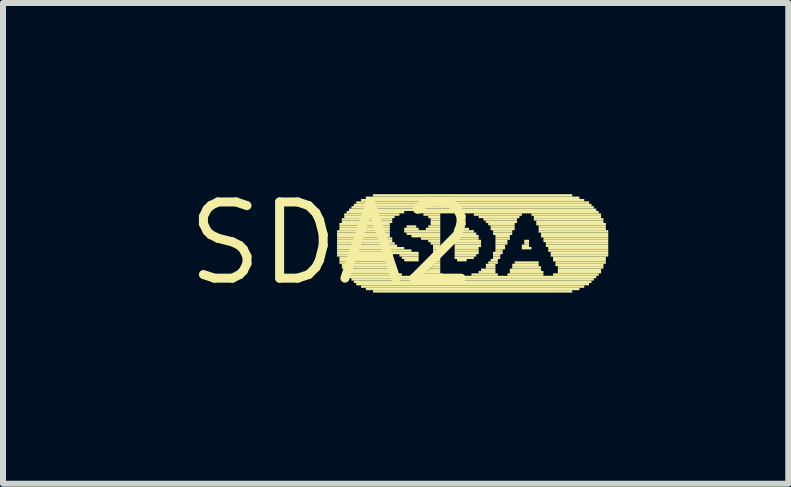
<source format=kicad_pcb>
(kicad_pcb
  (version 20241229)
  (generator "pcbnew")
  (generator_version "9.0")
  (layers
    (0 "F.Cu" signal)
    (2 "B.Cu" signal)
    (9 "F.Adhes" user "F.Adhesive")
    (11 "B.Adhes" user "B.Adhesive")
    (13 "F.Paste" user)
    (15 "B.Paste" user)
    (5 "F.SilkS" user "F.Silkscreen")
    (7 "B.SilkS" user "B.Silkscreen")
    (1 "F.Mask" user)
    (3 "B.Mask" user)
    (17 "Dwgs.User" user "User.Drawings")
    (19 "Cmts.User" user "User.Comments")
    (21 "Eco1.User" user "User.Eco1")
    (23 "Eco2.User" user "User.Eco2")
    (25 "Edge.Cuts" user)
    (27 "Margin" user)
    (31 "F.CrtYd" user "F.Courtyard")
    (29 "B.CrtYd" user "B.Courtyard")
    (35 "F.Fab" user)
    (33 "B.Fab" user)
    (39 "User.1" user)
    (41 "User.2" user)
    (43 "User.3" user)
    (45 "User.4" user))
  (footprint "SDA2"
    (layer "F.Cu")
    (at 2.487 1.006)
    (property "Reference" "SDA2" (at 0 0 0) (layer "F.SilkS") (effects (font (size 1.27 1.27) (thickness 0.15))))
    (fp_poly (pts (xy 0.08 -0.18) (xy 0.96 -0.18) (xy 0.96 -0.22) (xy 0.08 -0.22)) (stroke (width 0) (type default)) (fill yes) (layer "F.SilkS"))
    (fp_poly (pts (xy 0.08 -0.14) (xy 0.96 -0.14) (xy 0.96 -0.18) (xy 0.08 -0.18)) (stroke (width 0) (type default)) (fill yes) (layer "F.SilkS"))
    (fp_poly (pts (xy 0.08 -0.1) (xy 0.96 -0.1) (xy 0.96 -0.14) (xy 0.08 -0.14)) (stroke (width 0) (type default)) (fill yes) (layer "F.SilkS"))
    (fp_poly (pts (xy 0.08 -0.06) (xy 1 -0.06) (xy 1 -0.1) (xy 0.08 -0.1)) (stroke (width 0) (type default)) (fill yes) (layer "F.SilkS"))
    (fp_poly (pts (xy 0.08 -0.02) (xy 1 -0.02) (xy 1 -0.06) (xy 0.08 -0.06)) (stroke (width 0) (type default)) (fill yes) (layer "F.SilkS"))
    (fp_poly (pts (xy 0.08 0.02) (xy 1.04 0.02) (xy 1.04 -0.02) (xy 0.08 -0.02)) (stroke (width 0) (type default)) (fill yes) (layer "F.SilkS"))
    (fp_poly (pts (xy 0.08 0.06) (xy 1.08 0.06) (xy 1.08 0.02) (xy 0.08 0.02)) (stroke (width 0) (type default)) (fill yes) (layer "F.SilkS"))
    (fp_poly (pts (xy 0.08 0.1) (xy 1.2 0.1) (xy 1.2 0.06) (xy 0.08 0.06)) (stroke (width 0) (type default)) (fill yes) (layer "F.SilkS"))
    (fp_poly (pts (xy 0.08 0.14) (xy 1.32 0.14) (xy 1.32 0.1) (xy 0.08 0.1)) (stroke (width 0) (type default)) (fill yes) (layer "F.SilkS"))
    (fp_poly (pts (xy 0.08 0.18) (xy 1.44 0.18) (xy 1.44 0.14) (xy 0.08 0.14)) (stroke (width 0) (type default)) (fill yes) (layer "F.SilkS"))
    (fp_poly (pts (xy 0.08 0.22) (xy 1 0.22) (xy 1 0.18) (xy 0.08 0.18)) (stroke (width 0) (type default)) (fill yes) (layer "F.SilkS"))
    (fp_poly (pts (xy 0.12 -0.3) (xy 0.96 -0.3) (xy 0.96 -0.34) (xy 0.12 -0.34)) (stroke (width 0) (type default)) (fill yes) (layer "F.SilkS"))
    (fp_poly (pts (xy 0.12 -0.26) (xy 0.96 -0.26) (xy 0.96 -0.3) (xy 0.12 -0.3)) (stroke (width 0) (type default)) (fill yes) (layer "F.SilkS"))
    (fp_poly (pts (xy 0.12 -0.22) (xy 0.96 -0.22) (xy 0.96 -0.26) (xy 0.12 -0.26)) (stroke (width 0) (type default)) (fill yes) (layer "F.SilkS"))
    (fp_poly (pts (xy 0.12 0.26) (xy 0.96 0.26) (xy 0.96 0.22) (xy 0.12 0.22)) (stroke (width 0) (type default)) (fill yes) (layer "F.SilkS"))
    (fp_poly (pts (xy 0.12 0.3) (xy 0.96 0.3) (xy 0.96 0.26) (xy 0.12 0.26)) (stroke (width 0) (type default)) (fill yes) (layer "F.SilkS"))
    (fp_poly (pts (xy 0.12 0.34) (xy 0.96 0.34) (xy 0.96 0.3) (xy 0.12 0.3)) (stroke (width 0) (type default)) (fill yes) (layer "F.SilkS"))
    (fp_poly (pts (xy 0.16 -0.38) (xy 1 -0.38) (xy 1 -0.42) (xy 0.16 -0.42)) (stroke (width 0) (type default)) (fill yes) (layer "F.SilkS"))
    (fp_poly (pts (xy 0.16 -0.34) (xy 1 -0.34) (xy 1 -0.38) (xy 0.16 -0.38)) (stroke (width 0) (type default)) (fill yes) (layer "F.SilkS"))
    (fp_poly (pts (xy 0.16 0.38) (xy 0.96 0.38) (xy 0.96 0.34) (xy 0.16 0.34)) (stroke (width 0) (type default)) (fill yes) (layer "F.SilkS"))
    (fp_poly (pts (xy 0.16 0.42) (xy 1 0.42) (xy 1 0.38) (xy 0.16 0.38)) (stroke (width 0) (type default)) (fill yes) (layer "F.SilkS"))
    (fp_poly (pts (xy 0.2 -0.46) (xy 1.12 -0.46) (xy 1.12 -0.5) (xy 0.2 -0.5)) (stroke (width 0) (type default)) (fill yes) (layer "F.SilkS"))
    (fp_poly (pts (xy 0.2 -0.42) (xy 1.04 -0.42) (xy 1.04 -0.46) (xy 0.2 -0.46)) (stroke (width 0) (type default)) (fill yes) (layer "F.SilkS"))
    (fp_poly (pts (xy 0.2 0.46) (xy 1 0.46) (xy 1 0.42) (xy 0.2 0.42)) (stroke (width 0) (type default)) (fill yes) (layer "F.SilkS"))
    (fp_poly (pts (xy 0.2 0.5) (xy 1.08 0.5) (xy 1.08 0.46) (xy 0.2 0.46)) (stroke (width 0) (type default)) (fill yes) (layer "F.SilkS"))
    (fp_poly (pts (xy 0.24 -0.5) (xy 1.2 -0.5) (xy 1.2 -0.54) (xy 0.24 -0.54)) (stroke (width 0) (type default)) (fill yes) (layer "F.SilkS"))
    (fp_poly (pts (xy 0.24 0.54) (xy 1.16 0.54) (xy 1.16 0.5) (xy 0.24 0.5)) (stroke (width 0) (type default)) (fill yes) (layer "F.SilkS"))
    (fp_poly (pts (xy 0.28 -0.54) (xy 4.4 -0.54) (xy 4.4 -0.58) (xy 0.28 -0.58)) (stroke (width 0) (type default)) (fill yes) (layer "F.SilkS"))
    (fp_poly (pts (xy 0.28 0.58) (xy 4.4 0.58) (xy 4.4 0.54) (xy 0.28 0.54)) (stroke (width 0) (type default)) (fill yes) (layer "F.SilkS"))
    (fp_poly (pts (xy 0.32 -0.58) (xy 4.36 -0.58) (xy 4.36 -0.62) (xy 0.32 -0.62)) (stroke (width 0) (type default)) (fill yes) (layer "F.SilkS"))
    (fp_poly (pts (xy 0.32 0.62) (xy 4.36 0.62) (xy 4.36 0.58) (xy 0.32 0.58)) (stroke (width 0) (type default)) (fill yes) (layer "F.SilkS"))
    (fp_poly (pts (xy 0.36 -0.62) (xy 4.32 -0.62) (xy 4.32 -0.66) (xy 0.36 -0.66)) (stroke (width 0) (type default)) (fill yes) (layer "F.SilkS"))
    (fp_poly (pts (xy 0.36 0.66) (xy 4.32 0.66) (xy 4.32 0.62) (xy 0.36 0.62)) (stroke (width 0) (type default)) (fill yes) (layer "F.SilkS"))
    (fp_poly (pts (xy 0.4 -0.66) (xy 4.28 -0.66) (xy 4.28 -0.7) (xy 0.4 -0.7)) (stroke (width 0) (type default)) (fill yes) (layer "F.SilkS"))
    (fp_poly (pts (xy 0.4 0.7) (xy 4.28 0.7) (xy 4.28 0.66) (xy 0.4 0.66)) (stroke (width 0) (type default)) (fill yes) (layer "F.SilkS"))
    (fp_poly (pts (xy 0.48 -0.7) (xy 4.2 -0.7) (xy 4.2 -0.74) (xy 0.48 -0.74)) (stroke (width 0) (type default)) (fill yes) (layer "F.SilkS"))
    (fp_poly (pts (xy 0.48 0.74) (xy 4.2 0.74) (xy 4.2 0.7) (xy 0.48 0.7)) (stroke (width 0) (type default)) (fill yes) (layer "F.SilkS"))
    (fp_poly (pts (xy 0.56 -0.74) (xy 4.12 -0.74) (xy 4.12 -0.78) (xy 0.56 -0.78)) (stroke (width 0) (type default)) (fill yes) (layer "F.SilkS"))
    (fp_poly (pts (xy 0.56 0.78) (xy 4.12 0.78) (xy 4.12 0.74) (xy 0.56 0.74)) (stroke (width 0) (type default)) (fill yes) (layer "F.SilkS"))
    (fp_poly (pts (xy 0.68 -0.78) (xy 4 -0.78) (xy 4 -0.82) (xy 0.68 -0.82)) (stroke (width 0) (type default)) (fill yes) (layer "F.SilkS"))
    (fp_poly (pts (xy 0.68 0.82) (xy 4 0.82) (xy 4 0.78) (xy 0.68 0.78)) (stroke (width 0) (type default)) (fill yes) (layer "F.SilkS"))
    (fp_poly (pts (xy 1.12 0.22) (xy 1.44 0.22) (xy 1.44 0.18) (xy 1.12 0.18)) (stroke (width 0) (type default)) (fill yes) (layer "F.SilkS"))
    (fp_poly (pts (xy 1.16 0.26) (xy 1.44 0.26) (xy 1.44 0.22) (xy 1.16 0.22)) (stroke (width 0) (type default)) (fill yes) (layer "F.SilkS"))
    (fp_poly (pts (xy 1.2 -0.22) (xy 1.44 -0.22) (xy 1.44 -0.26) (xy 1.2 -0.26)) (stroke (width 0) (type default)) (fill yes) (layer "F.SilkS"))
    (fp_poly (pts (xy 1.2 -0.18) (xy 1.8 -0.18) (xy 1.8 -0.22) (xy 1.2 -0.22)) (stroke (width 0) (type default)) (fill yes) (layer "F.SilkS"))
    (fp_poly (pts (xy 1.2 0.3) (xy 1.44 0.3) (xy 1.44 0.26) (xy 1.2 0.26)) (stroke (width 0) (type default)) (fill yes) (layer "F.SilkS"))
    (fp_poly (pts (xy 1.24 -0.26) (xy 1.4 -0.26) (xy 1.4 -0.3) (xy 1.24 -0.3)) (stroke (width 0) (type default)) (fill yes) (layer "F.SilkS"))
    (fp_poly (pts (xy 1.24 -0.14) (xy 1.8 -0.14) (xy 1.8 -0.18) (xy 1.24 -0.18)) (stroke (width 0) (type default)) (fill yes) (layer "F.SilkS"))
    (fp_poly (pts (xy 1.32 -0.1) (xy 1.8 -0.1) (xy 1.8 -0.14) (xy 1.32 -0.14)) (stroke (width 0) (type default)) (fill yes) (layer "F.SilkS"))
    (fp_poly (pts (xy 1.4 -0.5) (xy 4.44 -0.5) (xy 4.44 -0.54) (xy 1.4 -0.54)) (stroke (width 0) (type default)) (fill yes) (layer "F.SilkS"))
    (fp_poly (pts (xy 1.48 -0.06) (xy 1.8 -0.06) (xy 1.8 -0.1) (xy 1.48 -0.1)) (stroke (width 0) (type default)) (fill yes) (layer "F.SilkS"))
    (fp_poly (pts (xy 1.48 0.54) (xy 1.84 0.54) (xy 1.84 0.5) (xy 1.48 0.5)) (stroke (width 0) (type default)) (fill yes) (layer "F.SilkS"))
    (fp_poly (pts (xy 1.52 -0.46) (xy 1.8 -0.46) (xy 1.8 -0.5) (xy 1.52 -0.5)) (stroke (width 0) (type default)) (fill yes) (layer "F.SilkS"))
    (fp_poly (pts (xy 1.56 -0.22) (xy 1.8 -0.22) (xy 1.8 -0.26) (xy 1.56 -0.26)) (stroke (width 0) (type default)) (fill yes) (layer "F.SilkS"))
    (fp_poly (pts (xy 1.56 0.5) (xy 1.8 0.5) (xy 1.8 0.46) (xy 1.56 0.46)) (stroke (width 0) (type default)) (fill yes) (layer "F.SilkS"))
    (fp_poly (pts (xy 1.6 -0.42) (xy 1.8 -0.42) (xy 1.8 -0.46) (xy 1.6 -0.46)) (stroke (width 0) (type default)) (fill yes) (layer "F.SilkS"))
    (fp_poly (pts (xy 1.6 -0.26) (xy 1.8 -0.26) (xy 1.8 -0.3) (xy 1.6 -0.3)) (stroke (width 0) (type default)) (fill yes) (layer "F.SilkS"))
    (fp_poly (pts (xy 1.6 -0.02) (xy 1.8 -0.02) (xy 1.8 -0.06) (xy 1.6 -0.06)) (stroke (width 0) (type default)) (fill yes) (layer "F.SilkS"))
    (fp_poly (pts (xy 1.6 0.46) (xy 1.8 0.46) (xy 1.8 0.42) (xy 1.6 0.42)) (stroke (width 0) (type default)) (fill yes) (layer "F.SilkS"))
    (fp_poly (pts (xy 1.64 -0.38) (xy 1.8 -0.38) (xy 1.8 -0.42) (xy 1.64 -0.42)) (stroke (width 0) (type default)) (fill yes) (layer "F.SilkS"))
    (fp_poly (pts (xy 1.64 -0.34) (xy 1.8 -0.34) (xy 1.8 -0.38) (xy 1.64 -0.38)) (stroke (width 0) (type default)) (fill yes) (layer "F.SilkS"))
    (fp_poly (pts (xy 1.64 -0.3) (xy 1.8 -0.3) (xy 1.8 -0.34) (xy 1.64 -0.34)) (stroke (width 0) (type default)) (fill yes) (layer "F.SilkS"))
    (fp_poly (pts (xy 1.64 0.02) (xy 1.8 0.02) (xy 1.8 -0.02) (xy 1.64 -0.02)) (stroke (width 0) (type default)) (fill yes) (layer "F.SilkS"))
    (fp_poly (pts (xy 1.64 0.42) (xy 1.8 0.42) (xy 1.8 0.38) (xy 1.64 0.38)) (stroke (width 0) (type default)) (fill yes) (layer "F.SilkS"))
    (fp_poly (pts (xy 1.68 0.06) (xy 1.8 0.06) (xy 1.8 0.02) (xy 1.68 0.02)) (stroke (width 0) (type default)) (fill yes) (layer "F.SilkS"))
    (fp_poly (pts (xy 1.68 0.1) (xy 1.8 0.1) (xy 1.8 0.06) (xy 1.68 0.06)) (stroke (width 0) (type default)) (fill yes) (layer "F.SilkS"))
    (fp_poly (pts (xy 1.68 0.14) (xy 1.8 0.14) (xy 1.8 0.1) (xy 1.68 0.1)) (stroke (width 0) (type default)) (fill yes) (layer "F.SilkS"))
    (fp_poly (pts (xy 1.68 0.18) (xy 1.8 0.18) (xy 1.8 0.14) (xy 1.68 0.14)) (stroke (width 0) (type default)) (fill yes) (layer "F.SilkS"))
    (fp_poly (pts (xy 1.68 0.26) (xy 1.8 0.26) (xy 1.8 0.22) (xy 1.68 0.22)) (stroke (width 0) (type default)) (fill yes) (layer "F.SilkS"))
    (fp_poly (pts (xy 1.68 0.3) (xy 1.8 0.3) (xy 1.8 0.26) (xy 1.68 0.26)) (stroke (width 0) (type default)) (fill yes) (layer "F.SilkS"))
    (fp_poly (pts (xy 1.68 0.34) (xy 1.8 0.34) (xy 1.8 0.3) (xy 1.68 0.3)) (stroke (width 0) (type default)) (fill yes) (layer "F.SilkS"))
    (fp_poly (pts (xy 1.68 0.38) (xy 1.8 0.38) (xy 1.8 0.34) (xy 1.68 0.34)) (stroke (width 0) (type default)) (fill yes) (layer "F.SilkS"))
    (fp_poly (pts (xy 1.72 0.22) (xy 1.8 0.22) (xy 1.8 0.18) (xy 1.72 0.18)) (stroke (width 0) (type default)) (fill yes) (layer "F.SilkS"))
    (fp_poly (pts (xy 2.04 -0.22) (xy 2.28 -0.22) (xy 2.28 -0.26) (xy 2.04 -0.26)) (stroke (width 0) (type default)) (fill yes) (layer "F.SilkS"))
    (fp_poly (pts (xy 2.04 -0.18) (xy 2.36 -0.18) (xy 2.36 -0.22) (xy 2.04 -0.22)) (stroke (width 0) (type default)) (fill yes) (layer "F.SilkS"))
    (fp_poly (pts (xy 2.04 -0.14) (xy 2.4 -0.14) (xy 2.4 -0.18) (xy 2.04 -0.18)) (stroke (width 0) (type default)) (fill yes) (layer "F.SilkS"))
    (fp_poly (pts (xy 2.04 -0.1) (xy 2.44 -0.1) (xy 2.44 -0.14) (xy 2.04 -0.14)) (stroke (width 0) (type default)) (fill yes) (layer "F.SilkS"))
    (fp_poly (pts (xy 2.04 -0.06) (xy 2.44 -0.06) (xy 2.44 -0.1) (xy 2.04 -0.1)) (stroke (width 0) (type default)) (fill yes) (layer "F.SilkS"))
    (fp_poly (pts (xy 2.04 -0.02) (xy 2.48 -0.02) (xy 2.48 -0.06) (xy 2.04 -0.06)) (stroke (width 0) (type default)) (fill yes) (layer "F.SilkS"))
    (fp_poly (pts (xy 2.04 0.02) (xy 2.48 0.02) (xy 2.48 -0.02) (xy 2.04 -0.02)) (stroke (width 0) (type default)) (fill yes) (layer "F.SilkS"))
    (fp_poly (pts (xy 2.04 0.06) (xy 2.48 0.06) (xy 2.48 0.02) (xy 2.04 0.02)) (stroke (width 0) (type default)) (fill yes) (layer "F.SilkS"))
    (fp_poly (pts (xy 2.04 0.1) (xy 2.44 0.1) (xy 2.44 0.06) (xy 2.04 0.06)) (stroke (width 0) (type default)) (fill yes) (layer "F.SilkS"))
    (fp_poly (pts (xy 2.04 0.14) (xy 2.44 0.14) (xy 2.44 0.1) (xy 2.04 0.1)) (stroke (width 0) (type default)) (fill yes) (layer "F.SilkS"))
    (fp_poly (pts (xy 2.04 0.18) (xy 2.44 0.18) (xy 2.44 0.14) (xy 2.04 0.14)) (stroke (width 0) (type default)) (fill yes) (layer "F.SilkS"))
    (fp_poly (pts (xy 2.04 0.22) (xy 2.4 0.22) (xy 2.4 0.18) (xy 2.04 0.18)) (stroke (width 0) (type default)) (fill yes) (layer "F.SilkS"))
    (fp_poly (pts (xy 2.04 0.26) (xy 2.36 0.26) (xy 2.36 0.22) (xy 2.04 0.22)) (stroke (width 0) (type default)) (fill yes) (layer "F.SilkS"))
    (fp_poly (pts (xy 2.08 0.3) (xy 2.24 0.3) (xy 2.24 0.26) (xy 2.08 0.26)) (stroke (width 0) (type default)) (fill yes) (layer "F.SilkS"))
    (fp_poly (pts (xy 2.32 0.54) (xy 2.76 0.54) (xy 2.76 0.5) (xy 2.32 0.5)) (stroke (width 0) (type default)) (fill yes) (layer "F.SilkS"))
    (fp_poly (pts (xy 2.36 -0.46) (xy 3.16 -0.46) (xy 3.16 -0.5) (xy 2.36 -0.5)) (stroke (width 0) (type default)) (fill yes) (layer "F.SilkS"))
    (fp_poly (pts (xy 2.44 -0.42) (xy 3.12 -0.42) (xy 3.12 -0.46) (xy 2.44 -0.46)) (stroke (width 0) (type default)) (fill yes) (layer "F.SilkS"))
    (fp_poly (pts (xy 2.44 0.5) (xy 2.72 0.5) (xy 2.72 0.46) (xy 2.44 0.46)) (stroke (width 0) (type default)) (fill yes) (layer "F.SilkS"))
    (fp_poly (pts (xy 2.48 0.46) (xy 2.72 0.46) (xy 2.72 0.42) (xy 2.48 0.42)) (stroke (width 0) (type default)) (fill yes) (layer "F.SilkS"))
    (fp_poly (pts (xy 2.52 -0.38) (xy 3.08 -0.38) (xy 3.08 -0.42) (xy 2.52 -0.42)) (stroke (width 0) (type default)) (fill yes) (layer "F.SilkS"))
    (fp_poly (pts (xy 2.56 -0.34) (xy 3.08 -0.34) (xy 3.08 -0.38) (xy 2.56 -0.38)) (stroke (width 0) (type default)) (fill yes) (layer "F.SilkS"))
    (fp_poly (pts (xy 2.56 0.38) (xy 2.72 0.38) (xy 2.72 0.34) (xy 2.56 0.34)) (stroke (width 0) (type default)) (fill yes) (layer "F.SilkS"))
    (fp_poly (pts (xy 2.56 0.42) (xy 2.72 0.42) (xy 2.72 0.38) (xy 2.56 0.38)) (stroke (width 0) (type default)) (fill yes) (layer "F.SilkS"))
    (fp_poly (pts (xy 2.6 -0.3) (xy 3.04 -0.3) (xy 3.04 -0.34) (xy 2.6 -0.34)) (stroke (width 0) (type default)) (fill yes) (layer "F.SilkS"))
    (fp_poly (pts (xy 2.6 0.34) (xy 2.76 0.34) (xy 2.76 0.3) (xy 2.6 0.3)) (stroke (width 0) (type default)) (fill yes) (layer "F.SilkS"))
    (fp_poly (pts (xy 2.64 -0.26) (xy 3.04 -0.26) (xy 3.04 -0.3) (xy 2.64 -0.3)) (stroke (width 0) (type default)) (fill yes) (layer "F.SilkS"))
    (fp_poly (pts (xy 2.64 -0.22) (xy 3.04 -0.22) (xy 3.04 -0.26) (xy 2.64 -0.26)) (stroke (width 0) (type default)) (fill yes) (layer "F.SilkS"))
    (fp_poly (pts (xy 2.64 0.3) (xy 2.76 0.3) (xy 2.76 0.26) (xy 2.64 0.26)) (stroke (width 0) (type default)) (fill yes) (layer "F.SilkS"))
    (fp_poly (pts (xy 2.68 -0.18) (xy 3 -0.18) (xy 3 -0.22) (xy 2.68 -0.22)) (stroke (width 0) (type default)) (fill yes) (layer "F.SilkS"))
    (fp_poly (pts (xy 2.68 -0.14) (xy 3 -0.14) (xy 3 -0.18) (xy 2.68 -0.18)) (stroke (width 0) (type default)) (fill yes) (layer "F.SilkS"))
    (fp_poly (pts (xy 2.68 0.18) (xy 2.84 0.18) (xy 2.84 0.14) (xy 2.68 0.14)) (stroke (width 0) (type default)) (fill yes) (layer "F.SilkS"))
    (fp_poly (pts (xy 2.68 0.22) (xy 2.8 0.22) (xy 2.8 0.18) (xy 2.68 0.18)) (stroke (width 0) (type default)) (fill yes) (layer "F.SilkS"))
    (fp_poly (pts (xy 2.68 0.26) (xy 2.8 0.26) (xy 2.8 0.22) (xy 2.68 0.22)) (stroke (width 0) (type default)) (fill yes) (layer "F.SilkS"))
    (fp_poly (pts (xy 2.72 -0.1) (xy 2.96 -0.1) (xy 2.96 -0.14) (xy 2.72 -0.14)) (stroke (width 0) (type default)) (fill yes) (layer "F.SilkS"))
    (fp_poly (pts (xy 2.72 -0.06) (xy 2.96 -0.06) (xy 2.96 -0.1) (xy 2.72 -0.1)) (stroke (width 0) (type default)) (fill yes) (layer "F.SilkS"))
    (fp_poly (pts (xy 2.72 -0.02) (xy 2.92 -0.02) (xy 2.92 -0.06) (xy 2.72 -0.06)) (stroke (width 0) (type default)) (fill yes) (layer "F.SilkS"))
    (fp_poly (pts (xy 2.72 0.02) (xy 2.92 0.02) (xy 2.92 -0.02) (xy 2.72 -0.02)) (stroke (width 0) (type default)) (fill yes) (layer "F.SilkS"))
    (fp_poly (pts (xy 2.72 0.06) (xy 2.88 0.06) (xy 2.88 0.02) (xy 2.72 0.02)) (stroke (width 0) (type default)) (fill yes) (layer "F.SilkS"))
    (fp_poly (pts (xy 2.72 0.1) (xy 2.88 0.1) (xy 2.88 0.06) (xy 2.72 0.06)) (stroke (width 0) (type default)) (fill yes) (layer "F.SilkS"))
    (fp_poly (pts (xy 2.72 0.14) (xy 2.84 0.14) (xy 2.84 0.1) (xy 2.72 0.1)) (stroke (width 0) (type default)) (fill yes) (layer "F.SilkS"))
    (fp_poly (pts (xy 2.92 0.54) (xy 3.52 0.54) (xy 3.52 0.5) (xy 2.92 0.5)) (stroke (width 0) (type default)) (fill yes) (layer "F.SilkS"))
    (fp_poly (pts (xy 2.96 0.46) (xy 3.48 0.46) (xy 3.48 0.42) (xy 2.96 0.42)) (stroke (width 0) (type default)) (fill yes) (layer "F.SilkS"))
    (fp_poly (pts (xy 2.96 0.5) (xy 3.52 0.5) (xy 3.52 0.46) (xy 2.96 0.46)) (stroke (width 0) (type default)) (fill yes) (layer "F.SilkS"))
    (fp_poly (pts (xy 3 0.38) (xy 3.44 0.38) (xy 3.44 0.34) (xy 3 0.34)) (stroke (width 0) (type default)) (fill yes) (layer "F.SilkS"))
    (fp_poly (pts (xy 3 0.42) (xy 3.48 0.42) (xy 3.48 0.38) (xy 3 0.38)) (stroke (width 0) (type default)) (fill yes) (layer "F.SilkS"))
    (fp_poly (pts (xy 3.04 0.34) (xy 3.44 0.34) (xy 3.44 0.3) (xy 3.04 0.3)) (stroke (width 0) (type default)) (fill yes) (layer "F.SilkS"))
    (fp_poly (pts (xy 3.16 0.06) (xy 3.28 0.06) (xy 3.28 0.02) (xy 3.16 0.02)) (stroke (width 0) (type default)) (fill yes) (layer "F.SilkS"))
    (fp_poly (pts (xy 3.16 0.1) (xy 3.32 0.1) (xy 3.32 0.06) (xy 3.16 0.06)) (stroke (width 0) (type default)) (fill yes) (layer "F.SilkS"))
    (fp_poly (pts (xy 3.2 -0.02) (xy 3.28 -0.02) (xy 3.28 -0.06) (xy 3.2 -0.06)) (stroke (width 0) (type default)) (fill yes) (layer "F.SilkS"))
    (fp_poly (pts (xy 3.2 0.02) (xy 3.28 0.02) (xy 3.28 -0.02) (xy 3.2 -0.02)) (stroke (width 0) (type default)) (fill yes) (layer "F.SilkS"))
    (fp_poly (pts (xy 3.32 -0.46) (xy 4.48 -0.46) (xy 4.48 -0.5) (xy 3.32 -0.5)) (stroke (width 0) (type default)) (fill yes) (layer "F.SilkS"))
    (fp_poly (pts (xy 3.36 -0.42) (xy 4.48 -0.42) (xy 4.48 -0.46) (xy 3.36 -0.46)) (stroke (width 0) (type default)) (fill yes) (layer "F.SilkS"))
    (fp_poly (pts (xy 3.36 -0.38) (xy 4.52 -0.38) (xy 4.52 -0.42) (xy 3.36 -0.42)) (stroke (width 0) (type default)) (fill yes) (layer "F.SilkS"))
    (fp_poly (pts (xy 3.4 -0.34) (xy 4.52 -0.34) (xy 4.52 -0.38) (xy 3.4 -0.38)) (stroke (width 0) (type default)) (fill yes) (layer "F.SilkS"))
    (fp_poly (pts (xy 3.4 -0.3) (xy 4.56 -0.3) (xy 4.56 -0.34) (xy 3.4 -0.34)) (stroke (width 0) (type default)) (fill yes) (layer "F.SilkS"))
    (fp_poly (pts (xy 3.44 -0.26) (xy 4.56 -0.26) (xy 4.56 -0.3) (xy 3.44 -0.3)) (stroke (width 0) (type default)) (fill yes) (layer "F.SilkS"))
    (fp_poly (pts (xy 3.44 -0.22) (xy 4.56 -0.22) (xy 4.56 -0.26) (xy 3.44 -0.26)) (stroke (width 0) (type default)) (fill yes) (layer "F.SilkS"))
    (fp_poly (pts (xy 3.44 -0.18) (xy 4.6 -0.18) (xy 4.6 -0.22) (xy 3.44 -0.22)) (stroke (width 0) (type default)) (fill yes) (layer "F.SilkS"))
    (fp_poly (pts (xy 3.48 -0.14) (xy 4.6 -0.14) (xy 4.6 -0.18) (xy 3.48 -0.18)) (stroke (width 0) (type default)) (fill yes) (layer "F.SilkS"))
    (fp_poly (pts (xy 3.48 -0.1) (xy 4.6 -0.1) (xy 4.6 -0.14) (xy 3.48 -0.14)) (stroke (width 0) (type default)) (fill yes) (layer "F.SilkS"))
    (fp_poly (pts (xy 3.52 -0.06) (xy 4.6 -0.06) (xy 4.6 -0.1) (xy 3.52 -0.1)) (stroke (width 0) (type default)) (fill yes) (layer "F.SilkS"))
    (fp_poly (pts (xy 3.52 -0.02) (xy 4.6 -0.02) (xy 4.6 -0.06) (xy 3.52 -0.06)) (stroke (width 0) (type default)) (fill yes) (layer "F.SilkS"))
    (fp_poly (pts (xy 3.56 0.02) (xy 4.6 0.02) (xy 4.6 -0.02) (xy 3.56 -0.02)) (stroke (width 0) (type default)) (fill yes) (layer "F.SilkS"))
    (fp_poly (pts (xy 3.56 0.06) (xy 4.6 0.06) (xy 4.6 0.02) (xy 3.56 0.02)) (stroke (width 0) (type default)) (fill yes) (layer "F.SilkS"))
    (fp_poly (pts (xy 3.6 0.1) (xy 4.6 0.1) (xy 4.6 0.06) (xy 3.6 0.06)) (stroke (width 0) (type default)) (fill yes) (layer "F.SilkS"))
    (fp_poly (pts (xy 3.6 0.14) (xy 4.6 0.14) (xy 4.6 0.1) (xy 3.6 0.1)) (stroke (width 0) (type default)) (fill yes) (layer "F.SilkS"))
    (fp_poly (pts (xy 3.64 0.18) (xy 4.6 0.18) (xy 4.6 0.14) (xy 3.64 0.14)) (stroke (width 0) (type default)) (fill yes) (layer "F.SilkS"))
    (fp_poly (pts (xy 3.64 0.22) (xy 4.6 0.22) (xy 4.6 0.18) (xy 3.64 0.18)) (stroke (width 0) (type default)) (fill yes) (layer "F.SilkS"))
    (fp_poly (pts (xy 3.68 0.26) (xy 4.56 0.26) (xy 4.56 0.22) (xy 3.68 0.22)) (stroke (width 0) (type default)) (fill yes) (layer "F.SilkS"))
    (fp_poly (pts (xy 3.68 0.3) (xy 4.56 0.3) (xy 4.56 0.26) (xy 3.68 0.26)) (stroke (width 0) (type default)) (fill yes) (layer "F.SilkS"))
    (fp_poly (pts (xy 3.68 0.54) (xy 4.44 0.54) (xy 4.44 0.5) (xy 3.68 0.5)) (stroke (width 0) (type default)) (fill yes) (layer "F.SilkS"))
    (fp_poly (pts (xy 3.72 0.34) (xy 4.56 0.34) (xy 4.56 0.3) (xy 3.72 0.3)) (stroke (width 0) (type default)) (fill yes) (layer "F.SilkS"))
    (fp_poly (pts (xy 3.72 0.38) (xy 4.52 0.38) (xy 4.52 0.34) (xy 3.72 0.34)) (stroke (width 0) (type default)) (fill yes) (layer "F.SilkS"))
    (fp_poly (pts (xy 3.76 0.42) (xy 4.52 0.42) (xy 4.52 0.38) (xy 3.76 0.38)) (stroke (width 0) (type default)) (fill yes) (layer "F.SilkS"))
    (fp_poly (pts (xy 3.76 0.46) (xy 4.48 0.46) (xy 4.48 0.42) (xy 3.76 0.42)) (stroke (width 0) (type default)) (fill yes) (layer "F.SilkS"))
    (fp_poly (pts (xy 3.76 0.5) (xy 4.48 0.5) (xy 4.48 0.46) (xy 3.76 0.46)) (stroke (width 0) (type default)) (fill yes) (layer "F.SilkS")))
  (gr_rect
    (start -3 -3)
    (end 10.087 5.012)
    (stroke (width 0.1) (type default))
    (fill no)
    (layer "Edge.Cuts")))
</source>
